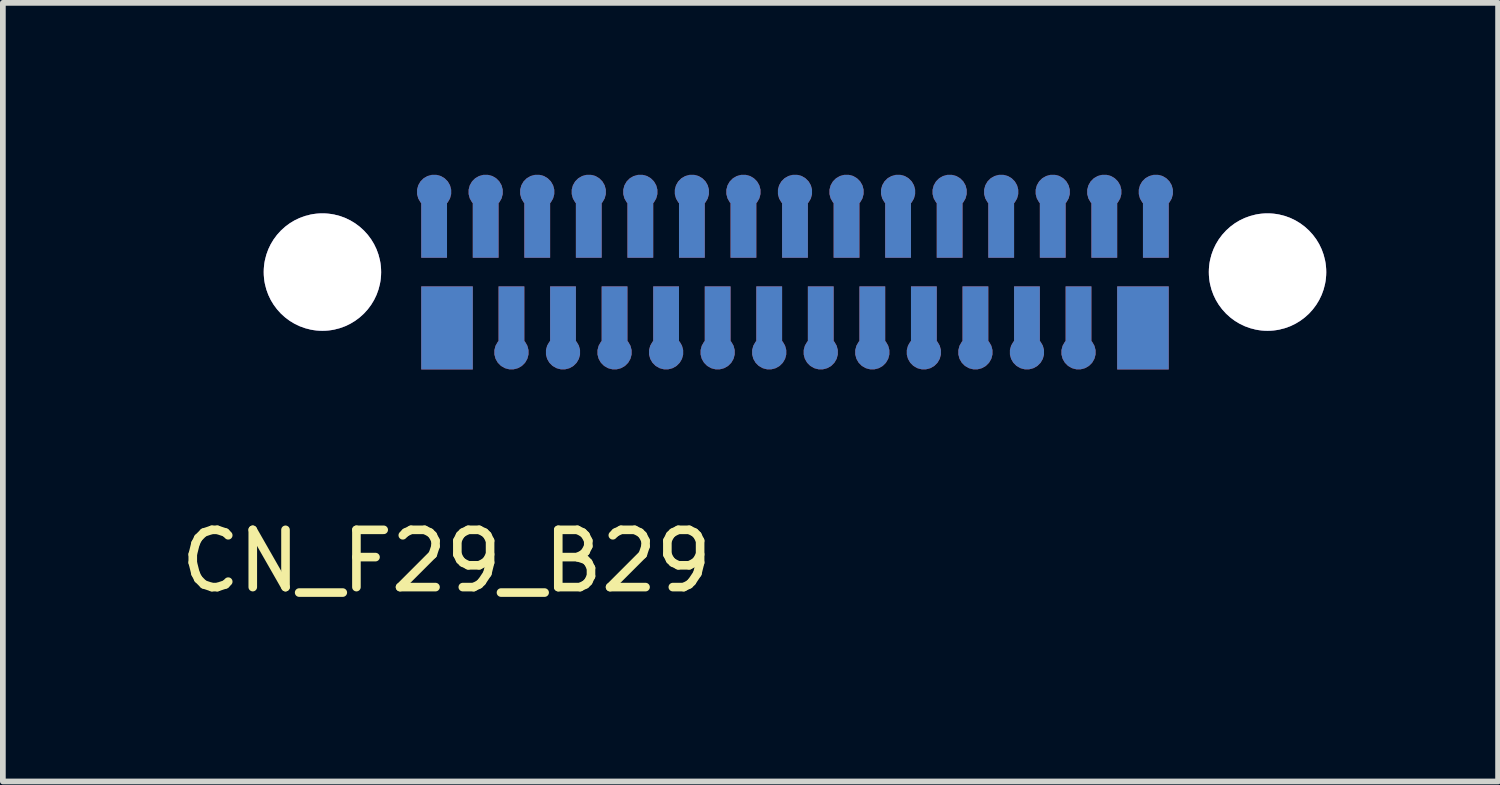
<source format=kicad_pcb>
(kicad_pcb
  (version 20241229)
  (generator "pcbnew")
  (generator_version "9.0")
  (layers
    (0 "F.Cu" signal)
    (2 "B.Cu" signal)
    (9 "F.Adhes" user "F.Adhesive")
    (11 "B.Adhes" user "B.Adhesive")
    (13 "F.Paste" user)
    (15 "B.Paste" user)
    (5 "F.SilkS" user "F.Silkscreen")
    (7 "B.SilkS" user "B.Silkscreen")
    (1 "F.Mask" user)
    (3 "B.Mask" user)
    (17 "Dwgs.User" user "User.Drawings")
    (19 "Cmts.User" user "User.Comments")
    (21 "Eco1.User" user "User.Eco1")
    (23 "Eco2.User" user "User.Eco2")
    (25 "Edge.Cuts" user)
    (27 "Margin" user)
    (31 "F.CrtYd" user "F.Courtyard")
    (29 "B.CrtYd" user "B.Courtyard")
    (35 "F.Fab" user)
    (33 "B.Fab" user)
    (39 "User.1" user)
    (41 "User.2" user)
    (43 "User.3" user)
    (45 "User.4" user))
  (footprint "CN_F29_B29"
    (layer "F.Cu")
    (at 4.754 2.675)
    (property "Reference" "CN_F29_B29" (at -0.01 4.07 0) (layer "F.SilkS") (effects (font (size 1 1) (thickness 0.15))))
    (attr through_hole)
    (pad "" thru_hole circle (at -2.175 -0.975) (size 2.05 2.05) (drill 2.05) (layers "*.Cu" "*.Mask"))
    (pad "" thru_hole circle (at 14.325 -0.975) (size 2.05 2.05) (drill 2.05) (layers "*.Cu" "*.Mask"))
    (pad "B1" smd rect (at 0 0) (size 0.9 1.45) (layers "B.Cu" "B.Mask"))
    (pad "B2" smd custom (at -0.225 -1.8) (size 0.45 1.15) (layers "B.Cu" "B.Mask") (options (anchor rect)) (primitives (gr_circle (center 0 -0.575) (end 0.3 -0.575) (width 0) (fill yes))))
    (pad "B3" smd custom (at 1.125 -0.15 180) (size 0.45 1.15) (layers "B.Cu" "B.Mask") (options (anchor rect)) (primitives (gr_circle (center 0 -0.575) (end 0.3 -0.575) (width 0) (fill yes))))
    (pad "B4" smd custom (at 0.675 -1.8) (size 0.45 1.15) (layers "B.Cu" "B.Mask") (options (anchor rect)) (primitives (gr_circle (center 0 -0.575) (end 0.3 -0.575) (width 0) (fill yes))))
    (pad "B5" smd custom (at 2.025 -0.15 180) (size 0.45 1.15) (layers "B.Cu" "B.Mask") (options (anchor rect)) (primitives (gr_circle (center 0 -0.575) (end 0.3 -0.575) (width 0) (fill yes))))
    (pad "B6" smd custom (at 1.575 -1.8) (size 0.45 1.15) (layers "B.Cu" "B.Mask") (options (anchor rect)) (primitives (gr_circle (center 0 -0.575) (end 0.3 -0.575) (width 0) (fill yes))))
    (pad "B7" smd custom (at 2.925 -0.15 180) (size 0.45 1.15) (layers "B.Cu" "B.Mask") (options (anchor rect)) (primitives (gr_circle (center 0 -0.575) (end 0.3 -0.575) (width 0) (fill yes))))
    (pad "B8" smd custom (at 2.475 -1.8) (size 0.45 1.15) (layers "B.Cu" "B.Mask") (options (anchor rect)) (primitives (gr_circle (center 0 -0.575) (end 0.3 -0.575) (width 0) (fill yes))))
    (pad "B9" smd custom (at 3.825 -0.15 180) (size 0.45 1.15) (layers "B.Cu" "B.Mask") (options (anchor rect)) (primitives (gr_circle (center 0 -0.575) (end 0.3 -0.575) (width 0) (fill yes))))
    (pad "B10" smd custom (at 3.375 -1.8) (size 0.45 1.15) (layers "B.Cu" "B.Mask") (options (anchor rect)) (primitives (gr_circle (center 0 -0.575) (end 0.3 -0.575) (width 0) (fill yes))))
    (pad "B11" smd custom (at 4.725 -0.15 180) (size 0.45 1.15) (layers "B.Cu" "B.Mask") (options (anchor rect)) (primitives (gr_circle (center 0 -0.575) (end 0.3 -0.575) (width 0) (fill yes))))
    (pad "B12" smd custom (at 4.275 -1.8) (size 0.45 1.15) (layers "B.Cu" "B.Mask") (options (anchor rect)) (primitives (gr_circle (center 0 -0.575) (end 0.3 -0.575) (width 0) (fill yes))))
    (pad "B13" smd custom (at 5.625 -0.15 180) (size 0.45 1.15) (layers "B.Cu" "B.Mask") (options (anchor rect)) (primitives (gr_circle (center 0 -0.575) (end 0.3 -0.575) (width 0) (fill yes))))
    (pad "B14" smd custom (at 5.175 -1.8) (size 0.45 1.15) (layers "B.Cu" "B.Mask") (options (anchor rect)) (primitives (gr_circle (center 0 -0.575) (end 0.3 -0.575) (width 0) (fill yes))))
    (pad "B15" smd custom (at 6.525 -0.15 180) (size 0.45 1.15) (layers "B.Cu" "B.Mask") (options (anchor rect)) (primitives (gr_circle (center 0 -0.575) (end 0.3 -0.575) (width 0) (fill yes))))
    (pad "B16" smd custom (at 6.075 -1.8) (size 0.45 1.15) (layers "B.Cu" "B.Mask") (options (anchor rect)) (primitives (gr_circle (center 0 -0.575) (end 0.3 -0.575) (width 0) (fill yes))))
    (pad "B17" smd custom (at 7.425 -0.15 180) (size 0.45 1.15) (layers "B.Cu" "B.Mask") (options (anchor rect)) (primitives (gr_circle (center 0 -0.575) (end 0.3 -0.575) (width 0) (fill yes))))
    (pad "B18" smd custom (at 6.975 -1.8) (size 0.45 1.15) (layers "B.Cu" "B.Mask") (options (anchor rect)) (primitives (gr_circle (center 0 -0.575) (end 0.3 -0.575) (width 0) (fill yes))))
    (pad "B19" smd custom (at 8.325 -0.15 180) (size 0.45 1.15) (layers "B.Cu" "B.Mask") (options (anchor rect)) (primitives (gr_circle (center 0 -0.575) (end 0.3 -0.575) (width 0) (fill yes))))
    (pad "B20" smd custom (at 7.875 -1.8) (size 0.45 1.15) (layers "B.Cu" "B.Mask") (options (anchor rect)) (primitives (gr_circle (center 0 -0.575) (end 0.3 -0.575) (width 0) (fill yes))))
    (pad "B21" smd custom (at 9.225 -0.15 180) (size 0.45 1.15) (layers "B.Cu" "B.Mask") (options (anchor rect)) (primitives (gr_circle (center 0 -0.575) (end 0.3 -0.575) (width 0) (fill yes))))
    (pad "B22" smd custom (at 8.775 -1.8) (size 0.45 1.15) (layers "B.Cu" "B.Mask") (options (anchor rect)) (primitives (gr_circle (center 0 -0.575) (end 0.3 -0.575) (width 0) (fill yes))))
    (pad "B23" smd custom (at 10.125 -0.15 180) (size 0.45 1.15) (layers "B.Cu" "B.Mask") (options (anchor rect)) (primitives (gr_circle (center 0 -0.575) (end 0.3 -0.575) (width 0) (fill yes))))
    (pad "B24" smd custom (at 9.675 -1.8) (size 0.45 1.15) (layers "B.Cu" "B.Mask") (options (anchor rect)) (primitives (gr_circle (center 0 -0.575) (end 0.3 -0.575) (width 0) (fill yes))))
    (pad "B25" smd custom (at 11.025 -0.15 180) (size 0.45 1.15) (layers "B.Cu" "B.Mask") (options (anchor rect)) (primitives (gr_circle (center 0 -0.575) (end 0.3 -0.575) (width 0) (fill yes))))
    (pad "B26" smd custom (at 10.575 -1.8) (size 0.45 1.15) (layers "B.Cu" "B.Mask") (options (anchor rect)) (primitives (gr_circle (center 0 -0.575) (end 0.3 -0.575) (width 0) (fill yes))))
    (pad "B27" smd rect (at 12.15 0) (size 0.9 1.45) (layers "B.Cu" "B.Mask"))
    (pad "B28" smd custom (at 11.475 -1.8) (size 0.45 1.15) (layers "B.Cu" "B.Mask") (options (anchor rect)) (primitives (gr_circle (center 0 -0.575) (end 0.3 -0.575) (width 0) (fill yes))))
    (pad "B29" smd custom (at 12.375 -1.8) (size 0.45 1.15) (layers "B.Cu" "B.Mask") (options (anchor rect)) (primitives (gr_circle (center 0 -0.575) (end 0.3 -0.575) (width 0) (fill yes))))
    (pad "F1" smd rect (at 0 0) (size 0.9 1.45) (layers "F.Cu" "F.Mask"))
    (pad "F2" smd custom (at -0.225 -1.8) (size 0.45 1.15) (layers "F.Cu" "F.Mask") (options (anchor rect)) (primitives (gr_circle (center 0 -0.575) (end 0.3 -0.575) (width 0) (fill yes))))
    (pad "F3" smd custom (at 1.125 -0.15 180) (size 0.45 1.15) (layers "F.Cu" "F.Mask") (options (anchor rect)) (primitives (gr_circle (center 0 -0.575) (end 0.3 -0.575) (width 0) (fill yes))))
    (pad "F4" smd custom (at 0.675 -1.8) (size 0.45 1.15) (layers "F.Cu" "F.Mask") (options (anchor rect)) (primitives (gr_circle (center 0 -0.575) (end 0.3 -0.575) (width 0) (fill yes))))
    (pad "F5" smd custom (at 2.025 -0.15 180) (size 0.45 1.15) (layers "F.Cu" "F.Mask") (options (anchor rect)) (primitives (gr_circle (center 0 -0.575) (end 0.3 -0.575) (width 0) (fill yes))))
    (pad "F6" smd custom (at 1.575 -1.8) (size 0.45 1.15) (layers "F.Cu" "F.Mask") (options (anchor rect)) (primitives (gr_circle (center 0 -0.575) (end 0.3 -0.575) (width 0) (fill yes))))
    (pad "F7" smd custom (at 2.925 -0.15 180) (size 0.45 1.15) (layers "F.Cu" "F.Mask") (options (anchor rect)) (primitives (gr_circle (center 0 -0.575) (end 0.3 -0.575) (width 0) (fill yes))))
    (pad "F8" smd custom (at 2.475 -1.8) (size 0.45 1.15) (layers "F.Cu" "F.Mask") (options (anchor rect)) (primitives (gr_circle (center 0 -0.575) (end 0.3 -0.575) (width 0) (fill yes))))
    (pad "F9" smd custom (at 3.825 -0.15 180) (size 0.45 1.15) (layers "F.Cu" "F.Mask") (options (anchor rect)) (primitives (gr_circle (center 0 -0.575) (end 0.3 -0.575) (width 0) (fill yes))))
    (pad "F10" smd custom (at 3.375 -1.8) (size 0.45 1.15) (layers "F.Cu" "F.Mask") (options (anchor rect)) (primitives (gr_circle (center 0 -0.575) (end 0.3 -0.575) (width 0) (fill yes))))
    (pad "F11" smd custom (at 4.725 -0.15 180) (size 0.45 1.15) (layers "F.Cu" "F.Mask") (options (anchor rect)) (primitives (gr_circle (center 0 -0.575) (end 0.3 -0.575) (width 0) (fill yes))))
    (pad "F12" smd custom (at 4.275 -1.8) (size 0.45 1.15) (layers "F.Cu" "F.Mask") (options (anchor rect)) (primitives (gr_circle (center 0 -0.575) (end 0.3 -0.575) (width 0) (fill yes))))
    (pad "F13" smd custom (at 5.625 -0.15 180) (size 0.45 1.15) (layers "F.Cu" "F.Mask") (options (anchor rect)) (primitives (gr_circle (center 0 -0.575) (end 0.3 -0.575) (width 0) (fill yes))))
    (pad "F14" smd custom (at 5.175 -1.8) (size 0.45 1.15) (layers "F.Cu" "F.Mask") (options (anchor rect)) (primitives (gr_circle (center 0 -0.575) (end 0.3 -0.575) (width 0) (fill yes))))
    (pad "F15" smd custom (at 6.525 -0.15 180) (size 0.45 1.15) (layers "F.Cu" "F.Mask") (options (anchor rect)) (primitives (gr_circle (center 0 -0.575) (end 0.3 -0.575) (width 0) (fill yes))))
    (pad "F16" smd custom (at 6.075 -1.8) (size 0.45 1.15) (layers "F.Cu" "F.Mask") (options (anchor rect)) (primitives (gr_circle (center 0 -0.575) (end 0.3 -0.575) (width 0) (fill yes))))
    (pad "F17" smd custom (at 7.425 -0.15 180) (size 0.45 1.15) (layers "F.Cu" "F.Mask") (options (anchor rect)) (primitives (gr_circle (center 0 -0.575) (end 0.3 -0.575) (width 0) (fill yes))))
    (pad "F18" smd custom (at 6.975 -1.8) (size 0.45 1.15) (layers "F.Cu" "F.Mask") (options (anchor rect)) (primitives (gr_circle (center 0 -0.575) (end 0.3 -0.575) (width 0) (fill yes))))
    (pad "F19" smd custom (at 8.325 -0.15 180) (size 0.45 1.15) (layers "F.Cu" "F.Mask") (options (anchor rect)) (primitives (gr_circle (center 0 -0.575) (end 0.3 -0.575) (width 0) (fill yes))))
    (pad "F20" smd custom (at 7.875 -1.8) (size 0.45 1.15) (layers "F.Cu" "F.Mask") (options (anchor rect)) (primitives (gr_circle (center 0 -0.575) (end 0.3 -0.575) (width 0) (fill yes))))
    (pad "F21" smd custom (at 9.225 -0.15 180) (size 0.45 1.15) (layers "F.Cu" "F.Mask") (options (anchor rect)) (primitives (gr_circle (center 0 -0.575) (end 0.3 -0.575) (width 0) (fill yes))))
    (pad "F22" smd custom (at 8.775 -1.8) (size 0.45 1.15) (layers "F.Cu" "F.Mask") (options (anchor rect)) (primitives (gr_circle (center 0 -0.575) (end 0.3 -0.575) (width 0) (fill yes))))
    (pad "F23" smd custom (at 10.125 -0.15 180) (size 0.45 1.15) (layers "F.Cu" "F.Mask") (options (anchor rect)) (primitives (gr_circle (center 0 -0.575) (end 0.3 -0.575) (width 0) (fill yes))))
    (pad "F24" smd custom (at 9.675 -1.8) (size 0.45 1.15) (layers "F.Cu" "F.Mask") (options (anchor rect)) (primitives (gr_circle (center 0 -0.575) (end 0.3 -0.575) (width 0) (fill yes))))
    (pad "F25" smd custom (at 11.025 -0.15 180) (size 0.45 1.15) (layers "F.Cu" "F.Mask") (options (anchor rect)) (primitives (gr_circle (center 0 -0.575) (end 0.3 -0.575) (width 0) (fill yes))))
    (pad "F26" smd custom (at 10.575 -1.8) (size 0.45 1.15) (layers "F.Cu" "F.Mask") (options (anchor rect)) (primitives (gr_circle (center 0 -0.575) (end 0.3 -0.575) (width 0) (fill yes))))
    (pad "F27" smd rect (at 12.15 0) (size 0.9 1.45) (layers "F.Cu" "F.Mask"))
    (pad "F28" smd custom (at 11.475 -1.8) (size 0.45 1.15) (layers "F.Cu" "F.Mask") (options (anchor rect)) (primitives (gr_circle (center 0 -0.575) (end 0.3 -0.575) (width 0) (fill yes))))
    (pad "F29" smd custom (at 12.375 -1.8) (size 0.45 1.15) (layers "F.Cu" "F.Mask") (options (anchor rect)) (primitives (gr_circle (center 0 -0.575) (end 0.3 -0.575) (width 0) (fill yes)))))
  (gr_rect
    (start -3 -3)
    (end 23.104 10.593)
    (stroke (width 0.1) (type default))
    (fill no)
    (layer "Edge.Cuts")))
</source>
